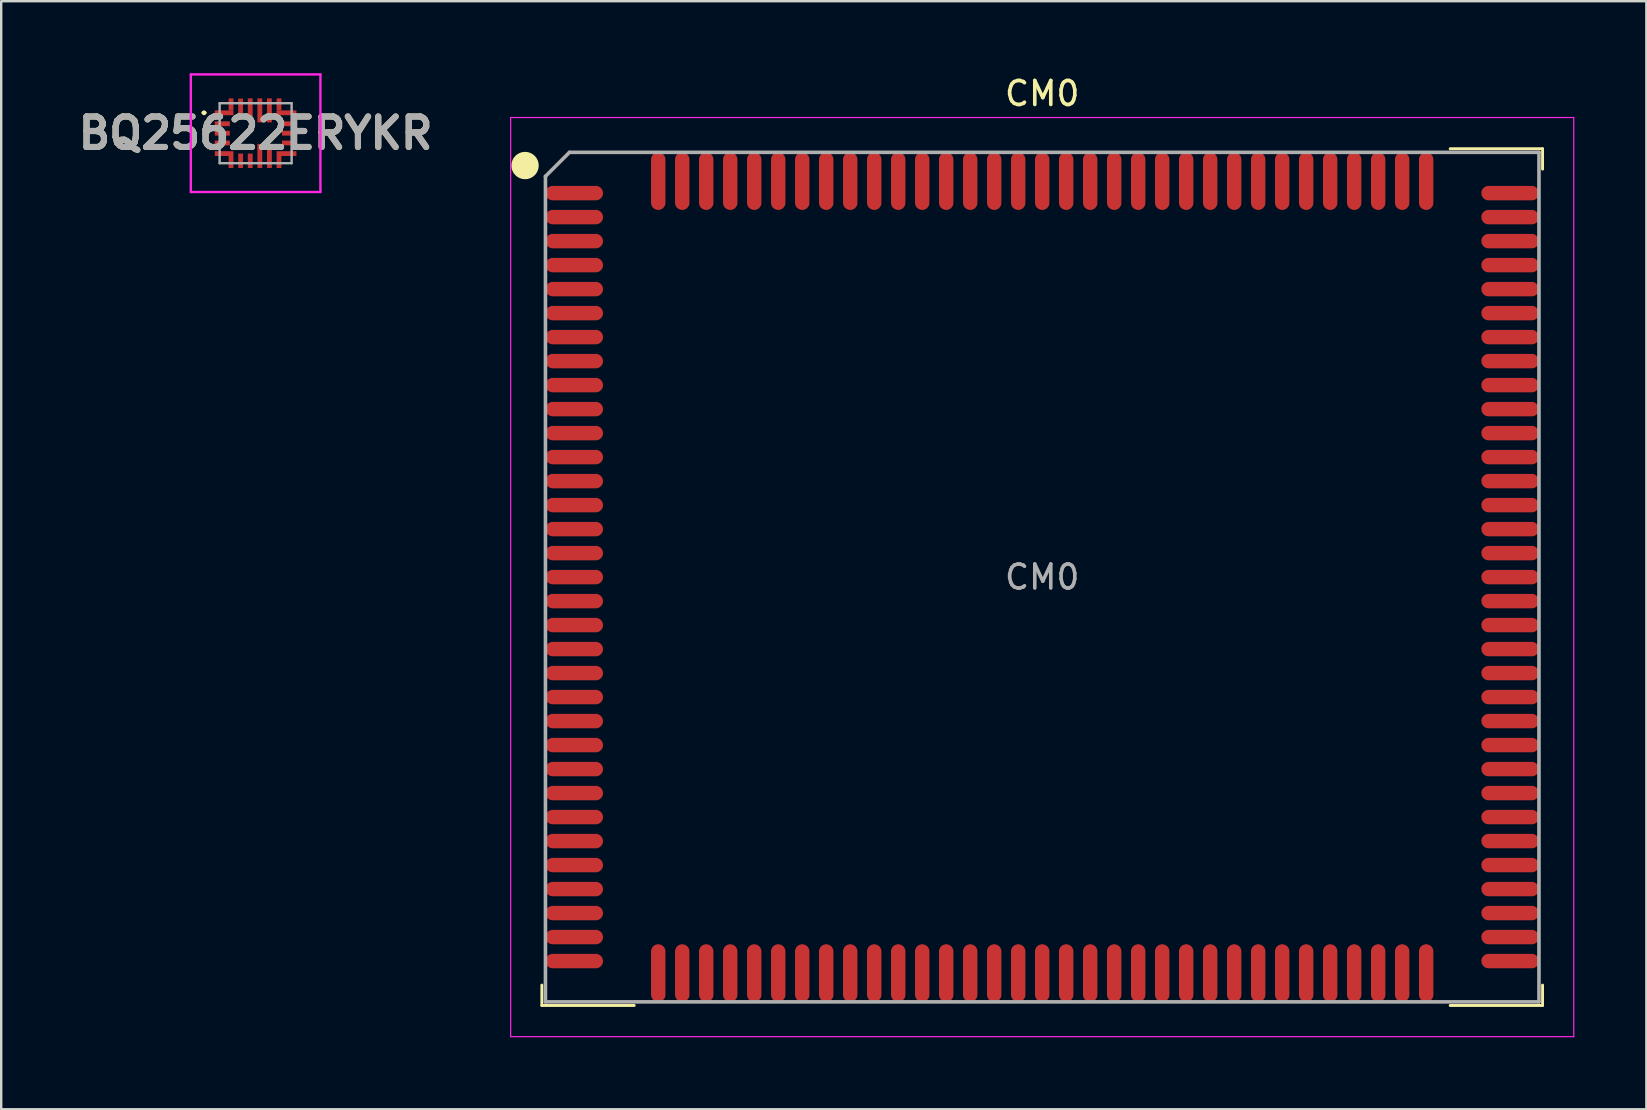
<source format=kicad_pcb>
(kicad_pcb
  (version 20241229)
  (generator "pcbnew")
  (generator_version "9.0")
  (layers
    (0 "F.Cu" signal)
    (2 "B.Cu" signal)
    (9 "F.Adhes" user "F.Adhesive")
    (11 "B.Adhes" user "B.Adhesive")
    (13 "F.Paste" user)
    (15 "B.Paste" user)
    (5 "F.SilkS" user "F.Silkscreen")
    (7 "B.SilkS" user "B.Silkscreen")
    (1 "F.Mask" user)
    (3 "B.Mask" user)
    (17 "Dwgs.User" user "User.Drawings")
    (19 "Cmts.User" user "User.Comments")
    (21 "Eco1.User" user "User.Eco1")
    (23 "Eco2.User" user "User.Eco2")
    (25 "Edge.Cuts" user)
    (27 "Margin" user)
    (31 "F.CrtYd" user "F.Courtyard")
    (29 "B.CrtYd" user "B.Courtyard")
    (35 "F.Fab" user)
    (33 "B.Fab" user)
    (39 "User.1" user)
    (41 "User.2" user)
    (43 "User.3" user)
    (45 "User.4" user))
  (footprint "BQ25622ERYKR"
    (layer "F.Cu")
    (at 7.602 2.5)
    (property "Reference" "BQ25622ERYKR" (at 0 0 0) (layer "F.SilkS") (effects (font (size 1.27 1.27) (thickness 0.254))))
    (attr smd)
    (fp_line (start -2.2 -0.85) (end -2.2 -0.85) (stroke (width 0.1) (type solid)) (layer "F.SilkS"))
    (fp_line (start -2.1 -0.85) (end -2.1 -0.85) (stroke (width 0.1) (type solid)) (layer "F.SilkS"))
    (fp_arc (start -2.2 -0.85) (mid -2.15 -0.9) (end -2.1 -0.85) (stroke (width 0.1) (type solid)) (layer "F.SilkS"))
    (fp_arc (start -2.1 -0.85) (mid -2.15 -0.8) (end -2.2 -0.85) (stroke (width 0.1) (type solid)) (layer "F.SilkS"))
    (fp_line (start -2.7 -2.45) (end 2.7 -2.45) (stroke (width 0.1) (type solid)) (layer "F.CrtYd"))
    (fp_line (start -2.7 2.45) (end -2.7 -2.45) (stroke (width 0.1) (type solid)) (layer "F.CrtYd"))
    (fp_line (start 2.7 -2.45) (end 2.7 2.45) (stroke (width 0.1) (type solid)) (layer "F.CrtYd"))
    (fp_line (start 2.7 2.45) (end -2.7 2.45) (stroke (width 0.1) (type solid)) (layer "F.CrtYd"))
    (fp_line (start -1.5 -1.25) (end 1.5 -1.25) (stroke (width 0.1) (type solid)) (layer "F.Fab"))
    (fp_line (start -1.5 1.25) (end -1.5 -1.25) (stroke (width 0.1) (type solid)) (layer "F.Fab"))
    (fp_line (start 1.5 -1.25) (end 1.5 1.25) (stroke (width 0.1) (type solid)) (layer "F.Fab"))
    (fp_line (start 1.5 1.25) (end -1.5 1.25) (stroke (width 0.1) (type solid)) (layer "F.Fab"))
    (fp_text user "${REFERENCE}" (at 0 0 0) (layer "F.Fab") (effects (font (size 1.27 1.27) (thickness 0.254))))
    (pad "1" smd rect (at -1.313 -0.85 90) (size 0.2 0.775) (layers "F.Cu" "F.Mask" "F.Paste"))
    (pad "2" smd rect (at -1.388 -0.393 90) (size 0.2 0.625) (layers "F.Cu" "F.Mask" "F.Paste"))
    (pad "3" smd rect (at -1.388 0 90) (size 0.2 0.625) (layers "F.Cu" "F.Mask" "F.Paste"))
    (pad "4" smd rect (at -1.388 0.407 90) (size 0.2 0.625) (layers "F.Cu" "F.Mask" "F.Paste"))
    (pad "5" smd rect (at -1.313 0.85 90) (size 0.2 0.775) (layers "F.Cu" "F.Mask" "F.Paste"))
    (pad "6" smd rect (at -0.625 1.15) (size 0.2 0.6) (layers "F.Cu" "F.Mask" "F.Paste"))
    (pad "7" smd rect (at -0.225 1.15) (size 0.2 0.6) (layers "F.Cu" "F.Mask" "F.Paste"))
    (pad "8" smd rect (at 0.175 0.95) (size 0.2 1) (layers "F.Cu" "F.Mask" "F.Paste"))
    (pad "9" smd rect (at 0.575 0.95) (size 0.2 1) (layers "F.Cu" "F.Mask" "F.Paste"))
    (pad "10" smd rect (at 1.288 0.85 90) (size 0.2 0.825) (layers "F.Cu" "F.Mask" "F.Paste"))
    (pad "11" smd rect (at 1.4 0.407 90) (size 0.2 0.6) (layers "F.Cu" "F.Mask" "F.Paste"))
    (pad "12" smd rect (at 1.4 0 90) (size 0.2 0.6) (layers "F.Cu" "F.Mask" "F.Paste"))
    (pad "13" smd rect (at 1.4 -0.393 90) (size 0.2 0.6) (layers "F.Cu" "F.Mask" "F.Paste"))
    (pad "14" smd rect (at 1.288 -0.85 90) (size 0.2 0.825) (layers "F.Cu" "F.Mask" "F.Paste"))
    (pad "15" smd rect (at 0.575 -0.95) (size 0.2 1) (layers "F.Cu" "F.Mask" "F.Paste"))
    (pad "16" smd rect (at 0.175 -0.95) (size 0.2 1) (layers "F.Cu" "F.Mask" "F.Paste"))
    (pad "17" smd rect (at -0.225 -0.95) (size 0.2 1) (layers "F.Cu" "F.Mask" "F.Paste"))
    (pad "18" smd rect (at -0.625 -1.141) (size 0.2 0.6) (layers "F.Cu" "F.Mask" "F.Paste"))
    (pad "19" smd rect (at -1.025 -1.2) (size 0.2 0.5) (layers "F.Cu" "F.Mask" "F.Paste"))
    (pad "20" smd rect (at -1.025 1.2) (size 0.2 0.5) (layers "F.Cu" "F.Mask" "F.Paste"))
    (pad "21" smd rect (at 0.975 1.2) (size 0.2 0.5) (layers "F.Cu" "F.Mask" "F.Paste"))
    (pad "22" smd rect (at 0.975 -1.2) (size 0.2 0.5) (layers "F.Cu" "F.Mask" "F.Paste")))
  (footprint "CM0"
    (layer "F.Cu")
    (at 40.379 20.998)
    (property "Reference" "CM0" (at 0 -20.15 0) (layer "F.SilkS") (effects (font (size 1 1) (thickness 0.15))))
    (attr smd)
    (fp_line (start -20.85 17.85) (end -20.85 17) (stroke (width 0.12) (type default)) (layer "F.SilkS"))
    (fp_line (start -17 17.85) (end -20.85 17.85) (stroke (width 0.12) (type default)) (layer "F.SilkS"))
    (fp_line (start 17 -17.85) (end 20.85 -17.85) (stroke (width 0.12) (type default)) (layer "F.SilkS"))
    (fp_line (start 17 17.85) (end 20.85 17.85) (stroke (width 0.12) (type default)) (layer "F.SilkS"))
    (fp_line (start 20.85 -17.85) (end 20.85 -17) (stroke (width 0.12) (type default)) (layer "F.SilkS"))
    (fp_line (start 20.85 17.85) (end 20.85 17) (stroke (width 0.12) (type default)) (layer "F.SilkS"))
    (fp_circle (center -21.55 -17.15) (end -21.35 -16.9) (stroke (width 0.5) (type default)) (fill yes) (layer "F.SilkS"))
    (fp_line (start -22.15 -19.15) (end 22.15 -19.15) (stroke (width 0.05) (type default)) (layer "F.CrtYd"))
    (fp_line (start -22.15 19.15) (end -22.15 -19.15) (stroke (width 0.05) (type default)) (layer "F.CrtYd"))
    (fp_line (start 22.15 -19.15) (end 22.15 19.15) (stroke (width 0.05) (type default)) (layer "F.CrtYd"))
    (fp_line (start 22.15 19.15) (end -22.15 19.15) (stroke (width 0.05) (type default)) (layer "F.CrtYd"))
    (fp_line (start -20.7 -16.7) (end -20.7 17.7) (stroke (width 0.15) (type default)) (layer "F.Fab"))
    (fp_line (start -20.7 17.7) (end 20.7 17.7) (stroke (width 0.15) (type default)) (layer "F.Fab"))
    (fp_line (start -19.7 -17.7) (end -20.7 -16.7) (stroke (width 0.15) (type default)) (layer "F.Fab"))
    (fp_line (start 20.7 -17.7) (end -19.7 -17.7) (stroke (width 0.15) (type default)) (layer "F.Fab"))
    (fp_line (start 20.7 17.7) (end 20.7 -17.7) (stroke (width 0.15) (type default)) (layer "F.Fab"))
    (fp_text user "${REFERENCE}" (at 0 0 0) (layer "F.Fab") (effects (font (size 1 1) (thickness 0.15))))
    (pad "1" smd oval (at -19.5 -16 90) (size 0.6 2.4) (layers "F.Cu" "F.Mask" "F.Paste"))
    (pad "2" smd oval (at -19.5 -15 90) (size 0.6 2.4) (layers "F.Cu" "F.Mask" "F.Paste"))
    (pad "3" smd oval (at -19.5 -14 90) (size 0.6 2.4) (layers "F.Cu" "F.Mask" "F.Paste"))
    (pad "4" smd oval (at -19.5 -13 90) (size 0.6 2.4) (layers "F.Cu" "F.Mask" "F.Paste"))
    (pad "5" smd oval (at -19.5 -12 90) (size 0.6 2.4) (layers "F.Cu" "F.Mask" "F.Paste"))
    (pad "6" smd oval (at -19.5 -11 90) (size 0.6 2.4) (layers "F.Cu" "F.Mask" "F.Paste"))
    (pad "7" smd oval (at -19.5 -10 90) (size 0.6 2.4) (layers "F.Cu" "F.Mask" "F.Paste"))
    (pad "8" smd oval (at -19.5 -9 90) (size 0.6 2.4) (layers "F.Cu" "F.Mask" "F.Paste"))
    (pad "9" smd oval (at -19.5 -8 90) (size 0.6 2.4) (layers "F.Cu" "F.Mask" "F.Paste"))
    (pad "10" smd oval (at -19.5 -7 90) (size 0.6 2.4) (layers "F.Cu" "F.Mask" "F.Paste"))
    (pad "11" smd oval (at -19.5 -6 90) (size 0.6 2.4) (layers "F.Cu" "F.Mask" "F.Paste"))
    (pad "12" smd oval (at -19.5 -5 90) (size 0.6 2.4) (layers "F.Cu" "F.Mask" "F.Paste"))
    (pad "13" smd oval (at -19.5 -4 90) (size 0.6 2.4) (layers "F.Cu" "F.Mask" "F.Paste"))
    (pad "14" smd oval (at -19.5 -3 90) (size 0.6 2.4) (layers "F.Cu" "F.Mask" "F.Paste"))
    (pad "15" smd oval (at -19.5 -2 90) (size 0.6 2.4) (layers "F.Cu" "F.Mask" "F.Paste"))
    (pad "16" smd oval (at -19.5 -1 90) (size 0.6 2.4) (layers "F.Cu" "F.Mask" "F.Paste"))
    (pad "17" smd oval (at -19.5 0 90) (size 0.6 2.4) (layers "F.Cu" "F.Mask" "F.Paste"))
    (pad "18" smd oval (at -19.5 1 90) (size 0.6 2.4) (layers "F.Cu" "F.Mask" "F.Paste"))
    (pad "19" smd oval (at -19.5 2 90) (size 0.6 2.4) (layers "F.Cu" "F.Mask" "F.Paste"))
    (pad "20" smd oval (at -19.5 3 90) (size 0.6 2.4) (layers "F.Cu" "F.Mask" "F.Paste"))
    (pad "21" smd oval (at -19.5 4 90) (size 0.6 2.4) (layers "F.Cu" "F.Mask" "F.Paste"))
    (pad "22" smd oval (at -19.5 5 90) (size 0.6 2.4) (layers "F.Cu" "F.Mask" "F.Paste"))
    (pad "23" smd oval (at -19.5 6 90) (size 0.6 2.4) (layers "F.Cu" "F.Mask" "F.Paste"))
    (pad "24" smd oval (at -19.5 7 90) (size 0.6 2.4) (layers "F.Cu" "F.Mask" "F.Paste"))
    (pad "25" smd oval (at -19.5 8 90) (size 0.6 2.4) (layers "F.Cu" "F.Mask" "F.Paste"))
    (pad "26" smd oval (at -19.5 9 90) (size 0.6 2.4) (layers "F.Cu" "F.Mask" "F.Paste"))
    (pad "27" smd oval (at -19.5 10 90) (size 0.6 2.4) (layers "F.Cu" "F.Mask" "F.Paste"))
    (pad "28" smd oval (at -19.5 11 90) (size 0.6 2.4) (layers "F.Cu" "F.Mask" "F.Paste"))
    (pad "29" smd oval (at -19.5 12 90) (size 0.6 2.4) (layers "F.Cu" "F.Mask" "F.Paste"))
    (pad "30" smd oval (at -19.5 13 90) (size 0.6 2.4) (layers "F.Cu" "F.Mask" "F.Paste"))
    (pad "31" smd oval (at -19.5 14 90) (size 0.6 2.4) (layers "F.Cu" "F.Mask" "F.Paste"))
    (pad "32" smd oval (at -19.5 15 90) (size 0.6 2.4) (layers "F.Cu" "F.Mask" "F.Paste"))
    (pad "33" smd oval (at -19.5 16 90) (size 0.6 2.4) (layers "F.Cu" "F.Mask" "F.Paste"))
    (pad "34" smd oval (at -16 16.5) (size 0.6 2.4) (layers "F.Cu" "F.Mask" "F.Paste"))
    (pad "35" smd oval (at -15 16.5) (size 0.6 2.4) (layers "F.Cu" "F.Mask" "F.Paste"))
    (pad "36" smd oval (at -14 16.5) (size 0.6 2.4) (layers "F.Cu" "F.Mask" "F.Paste"))
    (pad "37" smd oval (at -13 16.5) (size 0.6 2.4) (layers "F.Cu" "F.Mask" "F.Paste"))
    (pad "38" smd oval (at -12 16.5) (size 0.6 2.4) (layers "F.Cu" "F.Mask" "F.Paste"))
    (pad "39" smd oval (at -11 16.5) (size 0.6 2.4) (layers "F.Cu" "F.Mask" "F.Paste"))
    (pad "40" smd oval (at -10 16.5) (size 0.6 2.4) (layers "F.Cu" "F.Mask" "F.Paste"))
    (pad "41" smd oval (at -9 16.5) (size 0.6 2.4) (layers "F.Cu" "F.Mask" "F.Paste"))
    (pad "42" smd oval (at -8 16.5) (size 0.6 2.4) (layers "F.Cu" "F.Mask" "F.Paste"))
    (pad "43" smd oval (at -7 16.5) (size 0.6 2.4) (layers "F.Cu" "F.Mask" "F.Paste"))
    (pad "44" smd oval (at -6 16.5) (size 0.6 2.4) (layers "F.Cu" "F.Mask" "F.Paste"))
    (pad "45" smd oval (at -5 16.5) (size 0.6 2.4) (layers "F.Cu" "F.Mask" "F.Paste"))
    (pad "46" smd oval (at -4 16.5) (size 0.6 2.4) (layers "F.Cu" "F.Mask" "F.Paste"))
    (pad "47" smd oval (at -3 16.5) (size 0.6 2.4) (layers "F.Cu" "F.Mask" "F.Paste"))
    (pad "48" smd oval (at -2 16.5) (size 0.6 2.4) (layers "F.Cu" "F.Mask" "F.Paste"))
    (pad "49" smd oval (at -1 16.5) (size 0.6 2.4) (layers "F.Cu" "F.Mask" "F.Paste"))
    (pad "50" smd oval (at 0 16.5) (size 0.6 2.4) (layers "F.Cu" "F.Mask" "F.Paste"))
    (pad "51" smd oval (at 1 16.5) (size 0.6 2.4) (layers "F.Cu" "F.Mask" "F.Paste"))
    (pad "52" smd oval (at 2 16.5) (size 0.6 2.4) (layers "F.Cu" "F.Mask" "F.Paste"))
    (pad "53" smd oval (at 3 16.5) (size 0.6 2.4) (layers "F.Cu" "F.Mask" "F.Paste"))
    (pad "54" smd oval (at 4 16.5) (size 0.6 2.4) (layers "F.Cu" "F.Mask" "F.Paste"))
    (pad "55" smd oval (at 5 16.5) (size 0.6 2.4) (layers "F.Cu" "F.Mask" "F.Paste"))
    (pad "56" smd oval (at 6 16.5) (size 0.6 2.4) (layers "F.Cu" "F.Mask" "F.Paste"))
    (pad "57" smd oval (at 7 16.5) (size 0.6 2.4) (layers "F.Cu" "F.Mask" "F.Paste"))
    (pad "58" smd oval (at 8 16.5) (size 0.6 2.4) (layers "F.Cu" "F.Mask" "F.Paste"))
    (pad "59" smd oval (at 9 16.5) (size 0.6 2.4) (layers "F.Cu" "F.Mask" "F.Paste"))
    (pad "60" smd oval (at 10 16.5) (size 0.6 2.4) (layers "F.Cu" "F.Mask" "F.Paste"))
    (pad "61" smd oval (at 11 16.5) (size 0.6 2.4) (layers "F.Cu" "F.Mask" "F.Paste"))
    (pad "62" smd oval (at 12 16.5) (size 0.6 2.4) (layers "F.Cu" "F.Mask" "F.Paste"))
    (pad "63" smd oval (at 13 16.5) (size 0.6 2.4) (layers "F.Cu" "F.Mask" "F.Paste"))
    (pad "64" smd oval (at 14 16.5) (size 0.6 2.4) (layers "F.Cu" "F.Mask" "F.Paste"))
    (pad "65" smd oval (at 15 16.5) (size 0.6 2.4) (layers "F.Cu" "F.Mask" "F.Paste"))
    (pad "66" smd oval (at 16 16.5) (size 0.6 2.4) (layers "F.Cu" "F.Mask" "F.Paste"))
    (pad "67" smd oval (at 19.5 16 90) (size 0.6 2.4) (layers "F.Cu" "F.Mask" "F.Paste"))
    (pad "68" smd oval (at 19.5 15 90) (size 0.6 2.4) (layers "F.Cu" "F.Mask" "F.Paste"))
    (pad "69" smd oval (at 19.5 14 90) (size 0.6 2.4) (layers "F.Cu" "F.Mask" "F.Paste"))
    (pad "70" smd oval (at 19.5 13 90) (size 0.6 2.4) (layers "F.Cu" "F.Mask" "F.Paste"))
    (pad "71" smd oval (at 19.5 12 90) (size 0.6 2.4) (layers "F.Cu" "F.Mask" "F.Paste"))
    (pad "72" smd oval (at 19.5 11 90) (size 0.6 2.4) (layers "F.Cu" "F.Mask" "F.Paste"))
    (pad "73" smd oval (at 19.5 10 90) (size 0.6 2.4) (layers "F.Cu" "F.Mask" "F.Paste"))
    (pad "74" smd oval (at 19.5 9 90) (size 0.6 2.4) (layers "F.Cu" "F.Mask" "F.Paste"))
    (pad "75" smd oval (at 19.5 8 90) (size 0.6 2.4) (layers "F.Cu" "F.Mask" "F.Paste"))
    (pad "76" smd oval (at 19.5 7 90) (size 0.6 2.4) (layers "F.Cu" "F.Mask" "F.Paste"))
    (pad "77" smd oval (at 19.5 6 90) (size 0.6 2.4) (layers "F.Cu" "F.Mask" "F.Paste"))
    (pad "78" smd oval (at 19.5 5 90) (size 0.6 2.4) (layers "F.Cu" "F.Mask" "F.Paste"))
    (pad "79" smd oval (at 19.5 4 90) (size 0.6 2.4) (layers "F.Cu" "F.Mask" "F.Paste"))
    (pad "80" smd oval (at 19.5 3 90) (size 0.6 2.4) (layers "F.Cu" "F.Mask" "F.Paste"))
    (pad "81" smd oval (at 19.5 2 90) (size 0.6 2.4) (layers "F.Cu" "F.Mask" "F.Paste"))
    (pad "82" smd oval (at 19.5 1 90) (size 0.6 2.4) (layers "F.Cu" "F.Mask" "F.Paste"))
    (pad "83" smd oval (at 19.5 0 90) (size 0.6 2.4) (layers "F.Cu" "F.Mask" "F.Paste"))
    (pad "84" smd oval (at 19.5 -1 90) (size 0.6 2.4) (layers "F.Cu" "F.Mask" "F.Paste"))
    (pad "85" smd oval (at 19.5 -2 90) (size 0.6 2.4) (layers "F.Cu" "F.Mask" "F.Paste"))
    (pad "86" smd oval (at 19.5 -3 90) (size 0.6 2.4) (layers "F.Cu" "F.Mask" "F.Paste"))
    (pad "87" smd oval (at 19.5 -4 90) (size 0.6 2.4) (layers "F.Cu" "F.Mask" "F.Paste"))
    (pad "88" smd oval (at 19.5 -5 90) (size 0.6 2.4) (layers "F.Cu" "F.Mask" "F.Paste"))
    (pad "89" smd oval (at 19.5 -6 90) (size 0.6 2.4) (layers "F.Cu" "F.Mask" "F.Paste"))
    (pad "90" smd oval (at 19.5 -7 90) (size 0.6 2.4) (layers "F.Cu" "F.Mask" "F.Paste"))
    (pad "91" smd oval (at 19.5 -8 90) (size 0.6 2.4) (layers "F.Cu" "F.Mask" "F.Paste"))
    (pad "92" smd oval (at 19.5 -9 90) (size 0.6 2.4) (layers "F.Cu" "F.Mask" "F.Paste"))
    (pad "93" smd oval (at 19.5 -10 90) (size 0.6 2.4) (layers "F.Cu" "F.Mask" "F.Paste"))
    (pad "94" smd oval (at 19.5 -11 90) (size 0.6 2.4) (layers "F.Cu" "F.Mask" "F.Paste"))
    (pad "95" smd oval (at 19.5 -12 90) (size 0.6 2.4) (layers "F.Cu" "F.Mask" "F.Paste"))
    (pad "96" smd oval (at 19.5 -13 90) (size 0.6 2.4) (layers "F.Cu" "F.Mask" "F.Paste"))
    (pad "97" smd oval (at 19.5 -14 90) (size 0.6 2.4) (layers "F.Cu" "F.Mask" "F.Paste"))
    (pad "98" smd oval (at 19.5 -15 90) (size 0.6 2.4) (layers "F.Cu" "F.Mask" "F.Paste"))
    (pad "99" smd oval (at 19.5 -16 90) (size 0.6 2.4) (layers "F.Cu" "F.Mask" "F.Paste"))
    (pad "100" smd oval (at 16 -16.5) (size 0.6 2.4) (layers "F.Cu" "F.Mask" "F.Paste"))
    (pad "101" smd oval (at 15 -16.5) (size 0.6 2.4) (layers "F.Cu" "F.Mask" "F.Paste"))
    (pad "102" smd oval (at 14 -16.5) (size 0.6 2.4) (layers "F.Cu" "F.Mask" "F.Paste"))
    (pad "103" smd oval (at 13 -16.5) (size 0.6 2.4) (layers "F.Cu" "F.Mask" "F.Paste"))
    (pad "104" smd oval (at 12 -16.5) (size 0.6 2.4) (layers "F.Cu" "F.Mask" "F.Paste"))
    (pad "105" smd oval (at 11 -16.5) (size 0.6 2.4) (layers "F.Cu" "F.Mask" "F.Paste"))
    (pad "106" smd oval (at 10 -16.5) (size 0.6 2.4) (layers "F.Cu" "F.Mask" "F.Paste"))
    (pad "107" smd oval (at 9 -16.5) (size 0.6 2.4) (layers "F.Cu" "F.Mask" "F.Paste"))
    (pad "108" smd oval (at 8 -16.5) (size 0.6 2.4) (layers "F.Cu" "F.Mask" "F.Paste"))
    (pad "109" smd oval (at 7 -16.5) (size 0.6 2.4) (layers "F.Cu" "F.Mask" "F.Paste"))
    (pad "110" smd oval (at 6 -16.5) (size 0.6 2.4) (layers "F.Cu" "F.Mask" "F.Paste"))
    (pad "111" smd oval (at 5 -16.5) (size 0.6 2.4) (layers "F.Cu" "F.Mask" "F.Paste"))
    (pad "112" smd oval (at 4 -16.5) (size 0.6 2.4) (layers "F.Cu" "F.Mask" "F.Paste"))
    (pad "113" smd oval (at 3 -16.5) (size 0.6 2.4) (layers "F.Cu" "F.Mask" "F.Paste"))
    (pad "114" smd oval (at 2 -16.5) (size 0.6 2.4) (layers "F.Cu" "F.Mask" "F.Paste"))
    (pad "115" smd oval (at 1 -16.5) (size 0.6 2.4) (layers "F.Cu" "F.Mask" "F.Paste"))
    (pad "116" smd oval (at 0 -16.5) (size 0.6 2.4) (layers "F.Cu" "F.Mask" "F.Paste"))
    (pad "117" smd oval (at -1 -16.5) (size 0.6 2.4) (layers "F.Cu" "F.Mask" "F.Paste"))
    (pad "118" smd oval (at -2 -16.5) (size 0.6 2.4) (layers "F.Cu" "F.Mask" "F.Paste"))
    (pad "119" smd oval (at -3 -16.5) (size 0.6 2.4) (layers "F.Cu" "F.Mask" "F.Paste"))
    (pad "120" smd oval (at -4 -16.5) (size 0.6 2.4) (layers "F.Cu" "F.Mask" "F.Paste"))
    (pad "121" smd oval (at -5 -16.5) (size 0.6 2.4) (layers "F.Cu" "F.Mask" "F.Paste"))
    (pad "122" smd oval (at -6 -16.5) (size 0.6 2.4) (layers "F.Cu" "F.Mask" "F.Paste"))
    (pad "123" smd oval (at -7 -16.5) (size 0.6 2.4) (layers "F.Cu" "F.Mask" "F.Paste"))
    (pad "124" smd oval (at -8 -16.5) (size 0.6 2.4) (layers "F.Cu" "F.Mask" "F.Paste"))
    (pad "125" smd oval (at -9 -16.5) (size 0.6 2.4) (layers "F.Cu" "F.Mask" "F.Paste"))
    (pad "126" smd oval (at -10 -16.5) (size 0.6 2.4) (layers "F.Cu" "F.Mask" "F.Paste"))
    (pad "127" smd oval (at -11 -16.5) (size 0.6 2.4) (layers "F.Cu" "F.Mask" "F.Paste"))
    (pad "128" smd oval (at -12 -16.5) (size 0.6 2.4) (layers "F.Cu" "F.Mask" "F.Paste"))
    (pad "129" smd oval (at -13 -16.5) (size 0.6 2.4) (layers "F.Cu" "F.Mask" "F.Paste"))
    (pad "130" smd oval (at -14 -16.5) (size 0.6 2.4) (layers "F.Cu" "F.Mask" "F.Paste"))
    (pad "131" smd oval (at -15 -16.5) (size 0.6 2.4) (layers "F.Cu" "F.Mask" "F.Paste"))
    (pad "132" smd oval (at -16 -16.5) (size 0.6 2.4) (layers "F.Cu" "F.Mask" "F.Paste")))
  (gr_rect
    (start -3 -3)
    (end 65.554 43.173)
    (stroke (width 0.1) (type default))
    (fill no)
    (layer "Edge.Cuts")))
</source>
